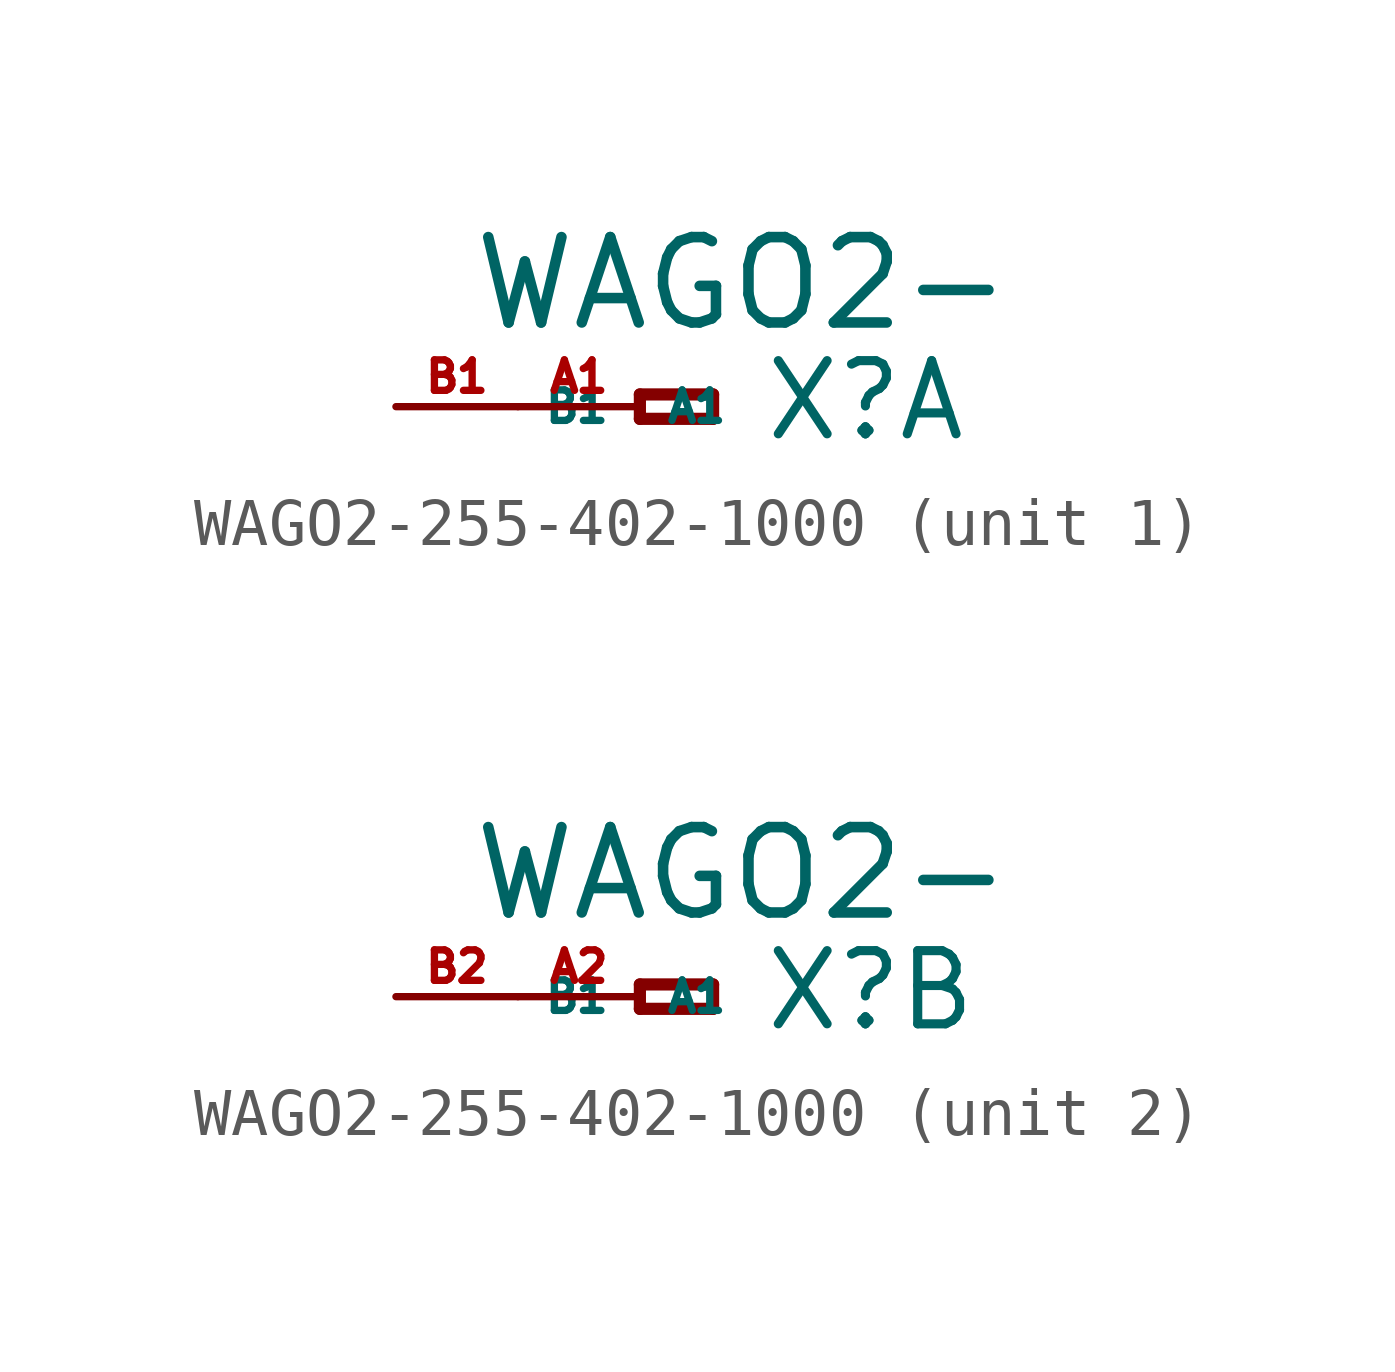
<source format=kicad_sym>
(kicad_symbol_lib
  (version 20220914)
  (generator Eagle2Kicad)
  (symbol "WAGO2-255-402-1000"
    (property "Reference" "X"
      (at 2.54 -0.762 0)
      (effects (font (size 1.524 1.524) (thickness 0.19)) (justify left bottom)))
    (property "Value" "WAGO2-"
      (at -3.556 1.524 0)
      (effects (font (size 1.778 1.778) (thickness 0.22)) (justify left bottom)))
    (symbol "WAGO2-255-402-1000_1_0"
      (polyline (pts (xy 0 0.254) (xy 0 -0.254)) (stroke (width 0.254) (type default)) (fill (type none)))
      (polyline (pts (xy 0 -0.254) (xy 1.524 -0.254)) (stroke (width 0.254) (type default)) (fill (type none)))
      (polyline (pts (xy 1.524 -0.254) (xy 1.524 0.254)) (stroke (width 0.254) (type default)) (fill (type none)))
      (polyline (pts (xy 1.524 0.254) (xy 0 0.254)) (stroke (width 0.254) (type default)) (fill (type none)))
      (pin passive line (at -2.54 0 0) (length 2.54) (name "A1" (effects (font (size 0.635 0.635) (thickness 0.08)) (justify left bottom))) (number "A1" (effects (font (size 0.635 0.635) (thickness 0.08)) (justify left bottom))))
      (pin passive line (at -5.08 0 0) (length 2.54) (name "B1" (effects (font (size 0.635 0.635) (thickness 0.08)) (justify left bottom))) (number "B1" (effects (font (size 0.635 0.635) (thickness 0.08)) (justify left bottom)))))
    (symbol "WAGO2-255-402-1000_2_0"
      (polyline (pts (xy 0 0.254) (xy 0 -0.254)) (stroke (width 0.254) (type default)) (fill (type none)))
      (polyline (pts (xy 0 -0.254) (xy 1.524 -0.254)) (stroke (width 0.254) (type default)) (fill (type none)))
      (polyline (pts (xy 1.524 -0.254) (xy 1.524 0.254)) (stroke (width 0.254) (type default)) (fill (type none)))
      (polyline (pts (xy 1.524 0.254) (xy 0 0.254)) (stroke (width 0.254) (type default)) (fill (type none)))
      (pin passive line (at -2.54 0 0) (length 2.54) (name "A1" (effects (font (size 0.635 0.635) (thickness 0.08)) (justify left bottom))) (number "A2" (effects (font (size 0.635 0.635) (thickness 0.08)) (justify left bottom))))
      (pin passive line (at -5.08 0 0) (length 2.54) (name "B1" (effects (font (size 0.635 0.635) (thickness 0.08)) (justify left bottom))) (number "B2" (effects (font (size 0.635 0.635) (thickness 0.08)) (justify left bottom)))))))
</source>
